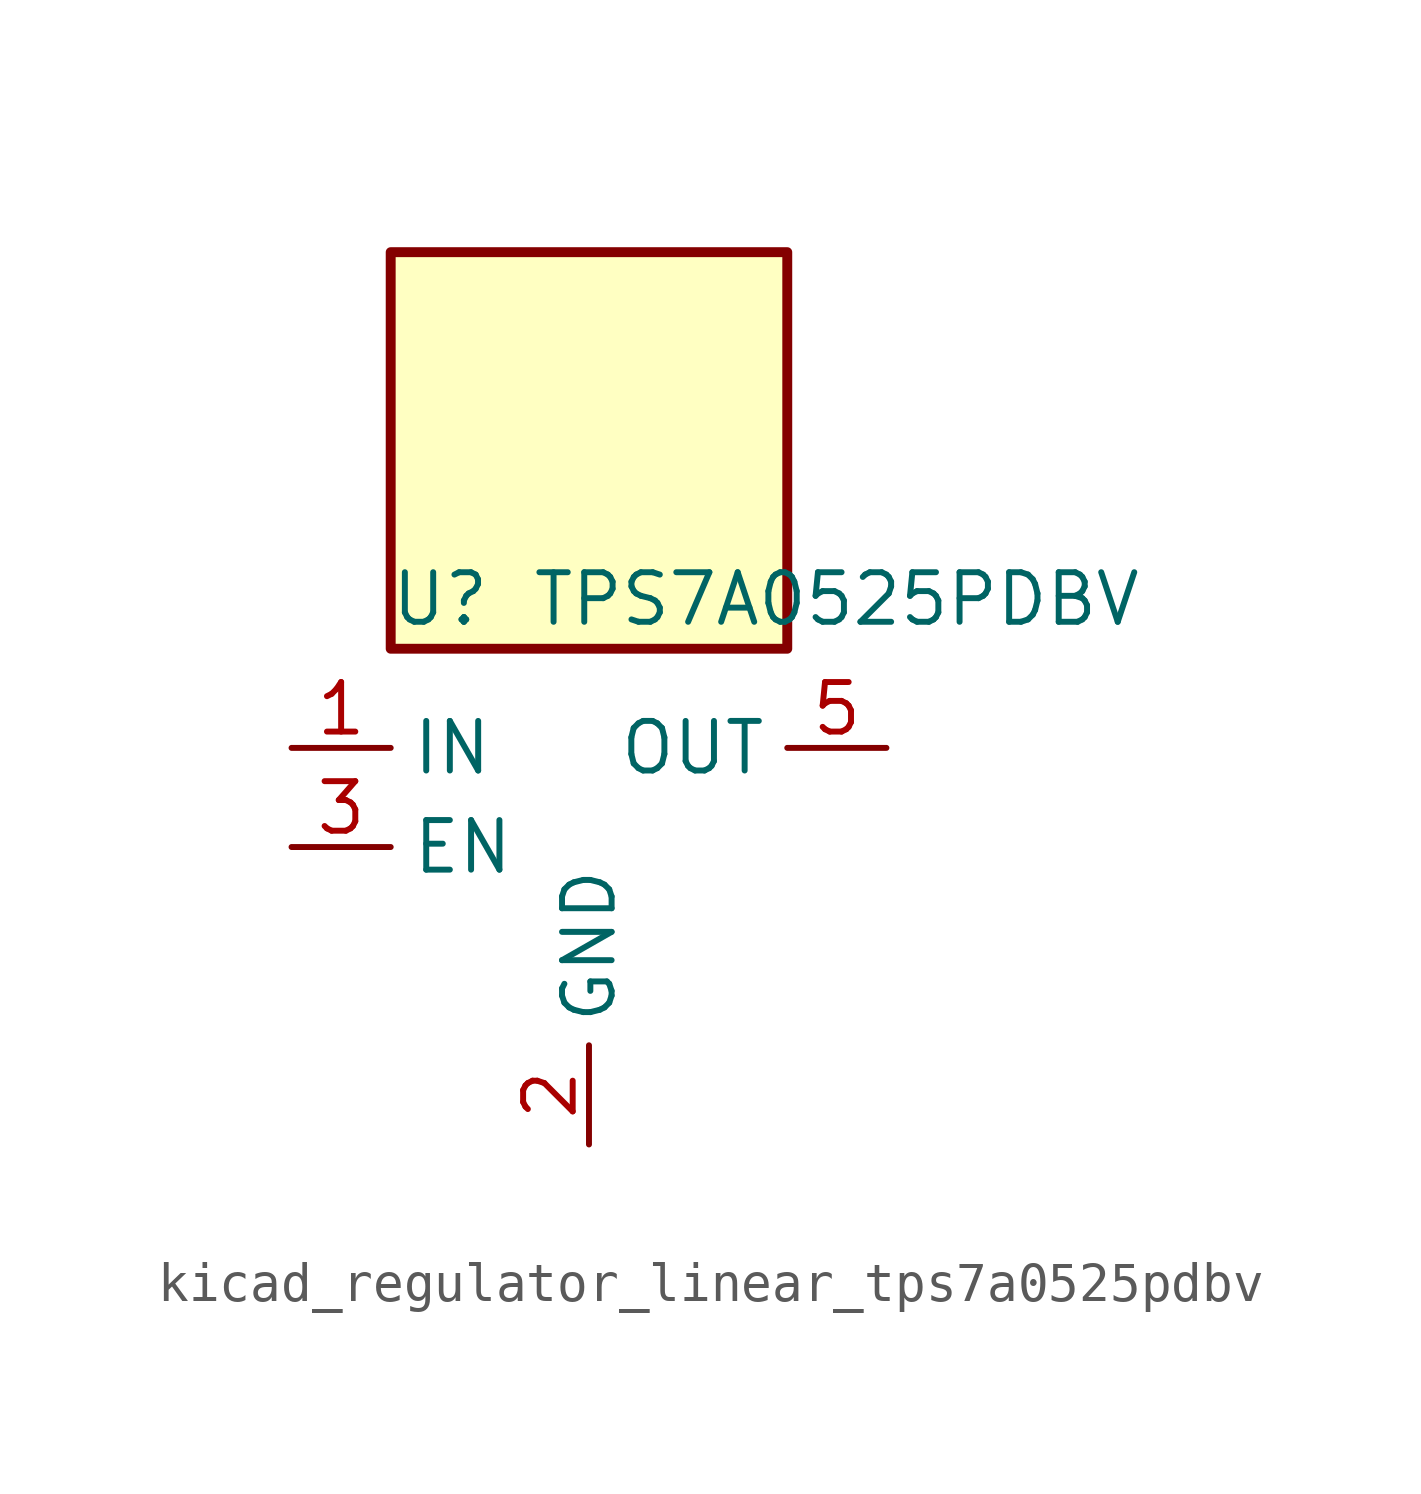
<source format=kicad_sym>
(kicad_symbol_lib
  (version 20220914)
  (generator kicad_symbol_editor)
  (symbol "kicad_regulator_linear_tps7a0525pdbv"
    (property "Reference" "U"
      (at -3.81 6.35 0)
      (effects (font (size 1.27 1.27))))
    (property "Value" "TPS7A0525PDBV"
      (at 6.35 6.35 0)
      (effects (font (size 1.27 1.27))))
    (symbol "kicad_regulator_linear_tps7a0525pdbv_0_1"
      (rectangle (start 5.08 15.24) (end -5.08 5.08) (stroke (width 0.254) (type default)) (fill (type background)))
      (pin power_in line (at -7.62 2.54 0) (length 2.54) (name "IN" (effects (font (size 1.27 1.27)))) (number "1" (effects (font (size 1.27 1.27)))))
      (pin power_in line (at 0 -7.62 90) (length 2.54) (name "GND" (effects (font (size 1.27 1.27)))) (number "2" (effects (font (size 1.27 1.27)))))
      (pin input line (at -7.62 0 0) (length 2.54) (name "EN" (effects (font (size 1.27 1.27)))) (number "3" (effects (font (size 1.27 1.27)))))
      (pin no_connect line (at 5.08 0 180) (length 2.54) hide (name "NC" (effects (font (size 1.27 1.27)))) (number "4" (effects (font (size 1.27 1.27)))))
      (pin power_out line (at 7.62 2.54 180) (length 2.54) (name "OUT" (effects (font (size 1.27 1.27)))) (number "5" (effects (font (size 1.27 1.27))))))))
</source>
